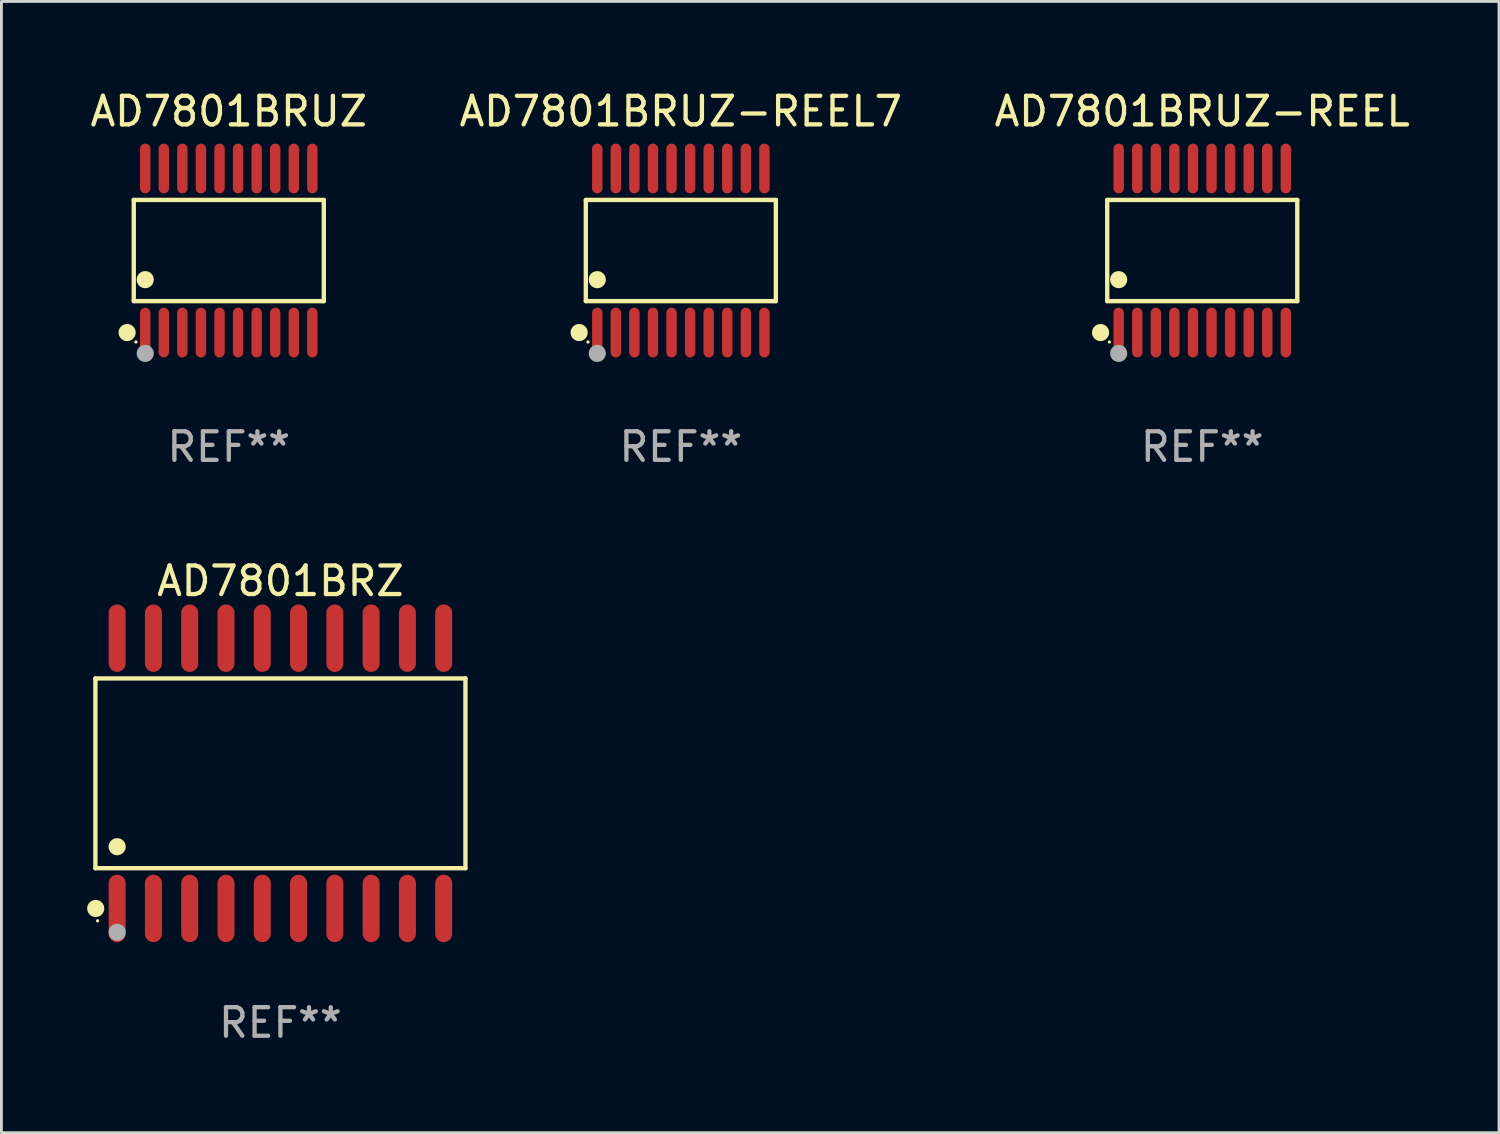
<source format=kicad_pcb>
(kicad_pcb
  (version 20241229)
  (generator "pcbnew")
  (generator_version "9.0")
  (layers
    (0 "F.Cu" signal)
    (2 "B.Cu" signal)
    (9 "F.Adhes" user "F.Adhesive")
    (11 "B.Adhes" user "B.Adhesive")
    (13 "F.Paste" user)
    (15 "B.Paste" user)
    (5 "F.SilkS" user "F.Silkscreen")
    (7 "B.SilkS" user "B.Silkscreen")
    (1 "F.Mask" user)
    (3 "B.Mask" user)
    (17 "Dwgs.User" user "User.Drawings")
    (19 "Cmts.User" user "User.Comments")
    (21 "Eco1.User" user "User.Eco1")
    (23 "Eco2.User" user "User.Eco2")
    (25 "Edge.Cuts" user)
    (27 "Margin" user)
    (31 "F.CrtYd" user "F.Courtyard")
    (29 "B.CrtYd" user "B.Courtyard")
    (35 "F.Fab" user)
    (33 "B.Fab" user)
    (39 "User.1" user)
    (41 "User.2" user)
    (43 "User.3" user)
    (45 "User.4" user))
  (footprint "AD7801BRUZ-REEL7"
    (layer "F.Cu")
    (at 20.78 5.719)
    (property "Reference" "AD7801BRUZ-REEL7" (at 0 -4.871 0) (layer "F.SilkS") (effects (font (size 1 1) (thickness 0.15))))
    (attr through_hole)
    (fp_line (start -3.326 -1.771) (end 3.326 -1.771) (stroke (width 0.152) (type solid)) (layer "F.SilkS"))
    (fp_line (start -3.326 1.771) (end -3.326 -1.771) (stroke (width 0.152) (type solid)) (layer "F.SilkS"))
    (fp_line (start 3.326 -1.771) (end 3.326 1.771) (stroke (width 0.152) (type solid)) (layer "F.SilkS"))
    (fp_line (start 3.326 1.771) (end -3.326 1.771) (stroke (width 0.152) (type solid)) (layer "F.SilkS"))
    (fp_circle (center -3.559 2.871) (end -3.409 2.871) (stroke (width 0.3) (type solid)) (fill no) (layer "F.SilkS"))
    (fp_circle (center -3.25 3.2) (end -3.22 3.2) (stroke (width 0.06) (type solid)) (fill no) (layer "F.SilkS"))
    (fp_circle (center -2.925 1.019) (end -2.775 1.019) (stroke (width 0.3) (type solid)) (fill no) (layer "F.SilkS"))
    (fp_circle (center -2.925 3.6) (end -2.775 3.6) (stroke (width 0.3) (type solid)) (fill no) (layer "F.Fab"))
    (fp_text user "REF**" (at 0 6.871 0) (layer "F.Fab") (effects (font (size 1 1) (thickness 0.15))))
    (pad "1" smd oval (at -2.925 2.871) (size 0.364 1.742) (layers "F.Cu" "F.Mask" "F.Paste"))
    (pad "2" smd oval (at -2.275 2.871) (size 0.364 1.742) (layers "F.Cu" "F.Mask" "F.Paste"))
    (pad "3" smd oval (at -1.625 2.871) (size 0.364 1.742) (layers "F.Cu" "F.Mask" "F.Paste"))
    (pad "4" smd oval (at -0.975 2.871) (size 0.364 1.742) (layers "F.Cu" "F.Mask" "F.Paste"))
    (pad "5" smd oval (at -0.325 2.871) (size 0.364 1.742) (layers "F.Cu" "F.Mask" "F.Paste"))
    (pad "6" smd oval (at 0.325 2.871) (size 0.364 1.742) (layers "F.Cu" "F.Mask" "F.Paste"))
    (pad "7" smd oval (at 0.975 2.871) (size 0.364 1.742) (layers "F.Cu" "F.Mask" "F.Paste"))
    (pad "8" smd oval (at 1.625 2.871) (size 0.364 1.742) (layers "F.Cu" "F.Mask" "F.Paste"))
    (pad "9" smd oval (at 2.275 2.871) (size 0.364 1.742) (layers "F.Cu" "F.Mask" "F.Paste"))
    (pad "10" smd oval (at 2.925 2.871) (size 0.364 1.742) (layers "F.Cu" "F.Mask" "F.Paste"))
    (pad "11" smd oval (at 2.925 -2.871) (size 0.364 1.742) (layers "F.Cu" "F.Mask" "F.Paste"))
    (pad "12" smd oval (at 2.275 -2.871) (size 0.364 1.742) (layers "F.Cu" "F.Mask" "F.Paste"))
    (pad "13" smd oval (at 1.625 -2.871) (size 0.364 1.742) (layers "F.Cu" "F.Mask" "F.Paste"))
    (pad "14" smd oval (at 0.975 -2.871) (size 0.364 1.742) (layers "F.Cu" "F.Mask" "F.Paste"))
    (pad "15" smd oval (at 0.325 -2.871) (size 0.364 1.742) (layers "F.Cu" "F.Mask" "F.Paste"))
    (pad "16" smd oval (at -0.325 -2.871) (size 0.364 1.742) (layers "F.Cu" "F.Mask" "F.Paste"))
    (pad "17" smd oval (at -0.975 -2.871) (size 0.364 1.742) (layers "F.Cu" "F.Mask" "F.Paste"))
    (pad "18" smd oval (at -1.625 -2.871) (size 0.364 1.742) (layers "F.Cu" "F.Mask" "F.Paste"))
    (pad "19" smd oval (at -2.275 -2.871) (size 0.364 1.742) (layers "F.Cu" "F.Mask" "F.Paste"))
    (pad "20" smd oval (at -2.925 -2.871) (size 0.364 1.742) (layers "F.Cu" "F.Mask" "F.Paste")))
  (footprint "AD7801BRUZ"
    (layer "F.Cu")
    (at 4.958 5.719)
    (property "Reference" "AD7801BRUZ" (at 0 -4.871 0) (layer "F.SilkS") (effects (font (size 1 1) (thickness 0.15))))
    (attr through_hole)
    (fp_line (start -3.326 -1.771) (end 3.326 -1.771) (stroke (width 0.152) (type solid)) (layer "F.SilkS"))
    (fp_line (start -3.326 1.771) (end -3.326 -1.771) (stroke (width 0.152) (type solid)) (layer "F.SilkS"))
    (fp_line (start 3.326 -1.771) (end 3.326 1.771) (stroke (width 0.152) (type solid)) (layer "F.SilkS"))
    (fp_line (start 3.326 1.771) (end -3.326 1.771) (stroke (width 0.152) (type solid)) (layer "F.SilkS"))
    (fp_circle (center -3.559 2.871) (end -3.409 2.871) (stroke (width 0.3) (type solid)) (fill no) (layer "F.SilkS"))
    (fp_circle (center -3.25 3.2) (end -3.22 3.2) (stroke (width 0.06) (type solid)) (fill no) (layer "F.SilkS"))
    (fp_circle (center -2.925 1.019) (end -2.775 1.019) (stroke (width 0.3) (type solid)) (fill no) (layer "F.SilkS"))
    (fp_circle (center -2.925 3.6) (end -2.775 3.6) (stroke (width 0.3) (type solid)) (fill no) (layer "F.Fab"))
    (fp_text user "REF**" (at 0 6.871 0) (layer "F.Fab") (effects (font (size 1 1) (thickness 0.15))))
    (pad "1" smd oval (at -2.925 2.871) (size 0.364 1.742) (layers "F.Cu" "F.Mask" "F.Paste"))
    (pad "2" smd oval (at -2.275 2.871) (size 0.364 1.742) (layers "F.Cu" "F.Mask" "F.Paste"))
    (pad "3" smd oval (at -1.625 2.871) (size 0.364 1.742) (layers "F.Cu" "F.Mask" "F.Paste"))
    (pad "4" smd oval (at -0.975 2.871) (size 0.364 1.742) (layers "F.Cu" "F.Mask" "F.Paste"))
    (pad "5" smd oval (at -0.325 2.871) (size 0.364 1.742) (layers "F.Cu" "F.Mask" "F.Paste"))
    (pad "6" smd oval (at 0.325 2.871) (size 0.364 1.742) (layers "F.Cu" "F.Mask" "F.Paste"))
    (pad "7" smd oval (at 0.975 2.871) (size 0.364 1.742) (layers "F.Cu" "F.Mask" "F.Paste"))
    (pad "8" smd oval (at 1.625 2.871) (size 0.364 1.742) (layers "F.Cu" "F.Mask" "F.Paste"))
    (pad "9" smd oval (at 2.275 2.871) (size 0.364 1.742) (layers "F.Cu" "F.Mask" "F.Paste"))
    (pad "10" smd oval (at 2.925 2.871) (size 0.364 1.742) (layers "F.Cu" "F.Mask" "F.Paste"))
    (pad "11" smd oval (at 2.925 -2.871) (size 0.364 1.742) (layers "F.Cu" "F.Mask" "F.Paste"))
    (pad "12" smd oval (at 2.275 -2.871) (size 0.364 1.742) (layers "F.Cu" "F.Mask" "F.Paste"))
    (pad "13" smd oval (at 1.625 -2.871) (size 0.364 1.742) (layers "F.Cu" "F.Mask" "F.Paste"))
    (pad "14" smd oval (at 0.975 -2.871) (size 0.364 1.742) (layers "F.Cu" "F.Mask" "F.Paste"))
    (pad "15" smd oval (at 0.325 -2.871) (size 0.364 1.742) (layers "F.Cu" "F.Mask" "F.Paste"))
    (pad "16" smd oval (at -0.325 -2.871) (size 0.364 1.742) (layers "F.Cu" "F.Mask" "F.Paste"))
    (pad "17" smd oval (at -0.975 -2.871) (size 0.364 1.742) (layers "F.Cu" "F.Mask" "F.Paste"))
    (pad "18" smd oval (at -1.625 -2.871) (size 0.364 1.742) (layers "F.Cu" "F.Mask" "F.Paste"))
    (pad "19" smd oval (at -2.275 -2.871) (size 0.364 1.742) (layers "F.Cu" "F.Mask" "F.Paste"))
    (pad "20" smd oval (at -2.925 -2.871) (size 0.364 1.742) (layers "F.Cu" "F.Mask" "F.Paste")))
  (footprint "AD7801BRUZ-REEL"
    (layer "F.Cu")
    (at 39.03 5.719)
    (property "Reference" "AD7801BRUZ-REEL" (at 0 -4.871 0) (layer "F.SilkS") (effects (font (size 1 1) (thickness 0.15))))
    (attr through_hole)
    (fp_line (start -3.326 -1.771) (end 3.326 -1.771) (stroke (width 0.152) (type solid)) (layer "F.SilkS"))
    (fp_line (start -3.326 1.771) (end -3.326 -1.771) (stroke (width 0.152) (type solid)) (layer "F.SilkS"))
    (fp_line (start 3.326 -1.771) (end 3.326 1.771) (stroke (width 0.152) (type solid)) (layer "F.SilkS"))
    (fp_line (start 3.326 1.771) (end -3.326 1.771) (stroke (width 0.152) (type solid)) (layer "F.SilkS"))
    (fp_circle (center -3.559 2.871) (end -3.409 2.871) (stroke (width 0.3) (type solid)) (fill no) (layer "F.SilkS"))
    (fp_circle (center -3.25 3.2) (end -3.22 3.2) (stroke (width 0.06) (type solid)) (fill no) (layer "F.SilkS"))
    (fp_circle (center -2.925 1.019) (end -2.775 1.019) (stroke (width 0.3) (type solid)) (fill no) (layer "F.SilkS"))
    (fp_circle (center -2.925 3.6) (end -2.775 3.6) (stroke (width 0.3) (type solid)) (fill no) (layer "F.Fab"))
    (fp_text user "REF**" (at 0 6.871 0) (layer "F.Fab") (effects (font (size 1 1) (thickness 0.15))))
    (pad "1" smd oval (at -2.925 2.871) (size 0.364 1.742) (layers "F.Cu" "F.Mask" "F.Paste"))
    (pad "2" smd oval (at -2.275 2.871) (size 0.364 1.742) (layers "F.Cu" "F.Mask" "F.Paste"))
    (pad "3" smd oval (at -1.625 2.871) (size 0.364 1.742) (layers "F.Cu" "F.Mask" "F.Paste"))
    (pad "4" smd oval (at -0.975 2.871) (size 0.364 1.742) (layers "F.Cu" "F.Mask" "F.Paste"))
    (pad "5" smd oval (at -0.325 2.871) (size 0.364 1.742) (layers "F.Cu" "F.Mask" "F.Paste"))
    (pad "6" smd oval (at 0.325 2.871) (size 0.364 1.742) (layers "F.Cu" "F.Mask" "F.Paste"))
    (pad "7" smd oval (at 0.975 2.871) (size 0.364 1.742) (layers "F.Cu" "F.Mask" "F.Paste"))
    (pad "8" smd oval (at 1.625 2.871) (size 0.364 1.742) (layers "F.Cu" "F.Mask" "F.Paste"))
    (pad "9" smd oval (at 2.275 2.871) (size 0.364 1.742) (layers "F.Cu" "F.Mask" "F.Paste"))
    (pad "10" smd oval (at 2.925 2.871) (size 0.364 1.742) (layers "F.Cu" "F.Mask" "F.Paste"))
    (pad "11" smd oval (at 2.925 -2.871) (size 0.364 1.742) (layers "F.Cu" "F.Mask" "F.Paste"))
    (pad "12" smd oval (at 2.275 -2.871) (size 0.364 1.742) (layers "F.Cu" "F.Mask" "F.Paste"))
    (pad "13" smd oval (at 1.625 -2.871) (size 0.364 1.742) (layers "F.Cu" "F.Mask" "F.Paste"))
    (pad "14" smd oval (at 0.975 -2.871) (size 0.364 1.742) (layers "F.Cu" "F.Mask" "F.Paste"))
    (pad "15" smd oval (at 0.325 -2.871) (size 0.364 1.742) (layers "F.Cu" "F.Mask" "F.Paste"))
    (pad "16" smd oval (at -0.325 -2.871) (size 0.364 1.742) (layers "F.Cu" "F.Mask" "F.Paste"))
    (pad "17" smd oval (at -0.975 -2.871) (size 0.364 1.742) (layers "F.Cu" "F.Mask" "F.Paste"))
    (pad "18" smd oval (at -1.625 -2.871) (size 0.364 1.742) (layers "F.Cu" "F.Mask" "F.Paste"))
    (pad "19" smd oval (at -2.275 -2.871) (size 0.364 1.742) (layers "F.Cu" "F.Mask" "F.Paste"))
    (pad "20" smd oval (at -2.925 -2.871) (size 0.364 1.742) (layers "F.Cu" "F.Mask" "F.Paste")))
  (footprint "AD7801BRZ"
    (layer "F.Cu")
    (at 6.765 24.017)
    (property "Reference" "AD7801BRZ" (at 0 -6.73 0) (layer "F.SilkS") (effects (font (size 1 1) (thickness 0.15))))
    (attr through_hole)
    (fp_line (start -6.476 -3.321) (end 6.476 -3.321) (stroke (width 0.152) (type solid)) (layer "F.SilkS"))
    (fp_line (start -6.476 3.321) (end -6.476 -3.321) (stroke (width 0.152) (type solid)) (layer "F.SilkS"))
    (fp_line (start 6.476 -3.321) (end 6.476 3.321) (stroke (width 0.152) (type solid)) (layer "F.SilkS"))
    (fp_line (start 6.476 3.321) (end -6.476 3.321) (stroke (width 0.152) (type solid)) (layer "F.SilkS"))
    (fp_circle (center -6.465 4.73) (end -6.315 4.73) (stroke (width 0.3) (type solid)) (fill no) (layer "F.SilkS"))
    (fp_circle (center -6.4 5.163) (end -6.37 5.163) (stroke (width 0.06) (type solid)) (fill no) (layer "F.SilkS"))
    (fp_circle (center -5.715 2.569) (end -5.565 2.569) (stroke (width 0.3) (type solid)) (fill no) (layer "F.SilkS"))
    (fp_circle (center -5.715 5.563) (end -5.565 5.563) (stroke (width 0.3) (type solid)) (fill no) (layer "F.Fab"))
    (fp_text user "REF**" (at 0 8.73 0) (layer "F.Fab") (effects (font (size 1 1) (thickness 0.15))))
    (pad "1" smd oval (at -5.715 4.73) (size 0.595 2.36) (layers "F.Cu" "F.Mask" "F.Paste"))
    (pad "2" smd oval (at -4.445 4.73) (size 0.595 2.36) (layers "F.Cu" "F.Mask" "F.Paste"))
    (pad "3" smd oval (at -3.175 4.73) (size 0.595 2.36) (layers "F.Cu" "F.Mask" "F.Paste"))
    (pad "4" smd oval (at -1.905 4.73) (size 0.595 2.36) (layers "F.Cu" "F.Mask" "F.Paste"))
    (pad "5" smd oval (at -0.635 4.73) (size 0.595 2.36) (layers "F.Cu" "F.Mask" "F.Paste"))
    (pad "6" smd oval (at 0.635 4.73) (size 0.595 2.36) (layers "F.Cu" "F.Mask" "F.Paste"))
    (pad "7" smd oval (at 1.905 4.73) (size 0.595 2.36) (layers "F.Cu" "F.Mask" "F.Paste"))
    (pad "8" smd oval (at 3.175 4.73) (size 0.595 2.36) (layers "F.Cu" "F.Mask" "F.Paste"))
    (pad "9" smd oval (at 4.445 4.73) (size 0.595 2.36) (layers "F.Cu" "F.Mask" "F.Paste"))
    (pad "10" smd oval (at 5.715 4.73) (size 0.595 2.36) (layers "F.Cu" "F.Mask" "F.Paste"))
    (pad "11" smd oval (at 5.715 -4.73) (size 0.595 2.36) (layers "F.Cu" "F.Mask" "F.Paste"))
    (pad "12" smd oval (at 4.445 -4.73) (size 0.595 2.36) (layers "F.Cu" "F.Mask" "F.Paste"))
    (pad "13" smd oval (at 3.175 -4.73) (size 0.595 2.36) (layers "F.Cu" "F.Mask" "F.Paste"))
    (pad "14" smd oval (at 1.905 -4.73) (size 0.595 2.36) (layers "F.Cu" "F.Mask" "F.Paste"))
    (pad "15" smd oval (at 0.635 -4.73) (size 0.595 2.36) (layers "F.Cu" "F.Mask" "F.Paste"))
    (pad "16" smd oval (at -0.635 -4.73) (size 0.595 2.36) (layers "F.Cu" "F.Mask" "F.Paste"))
    (pad "17" smd oval (at -1.905 -4.73) (size 0.595 2.36) (layers "F.Cu" "F.Mask" "F.Paste"))
    (pad "18" smd oval (at -3.175 -4.73) (size 0.595 2.36) (layers "F.Cu" "F.Mask" "F.Paste"))
    (pad "19" smd oval (at -4.445 -4.73) (size 0.595 2.36) (layers "F.Cu" "F.Mask" "F.Paste"))
    (pad "20" smd oval (at -5.715 -4.73) (size 0.595 2.36) (layers "F.Cu" "F.Mask" "F.Paste")))
  (gr_rect
    (start -3 -3)
    (end 49.417 36.595)
    (stroke (width 0.1) (type default))
    (fill no)
    (layer "Edge.Cuts")))
</source>
